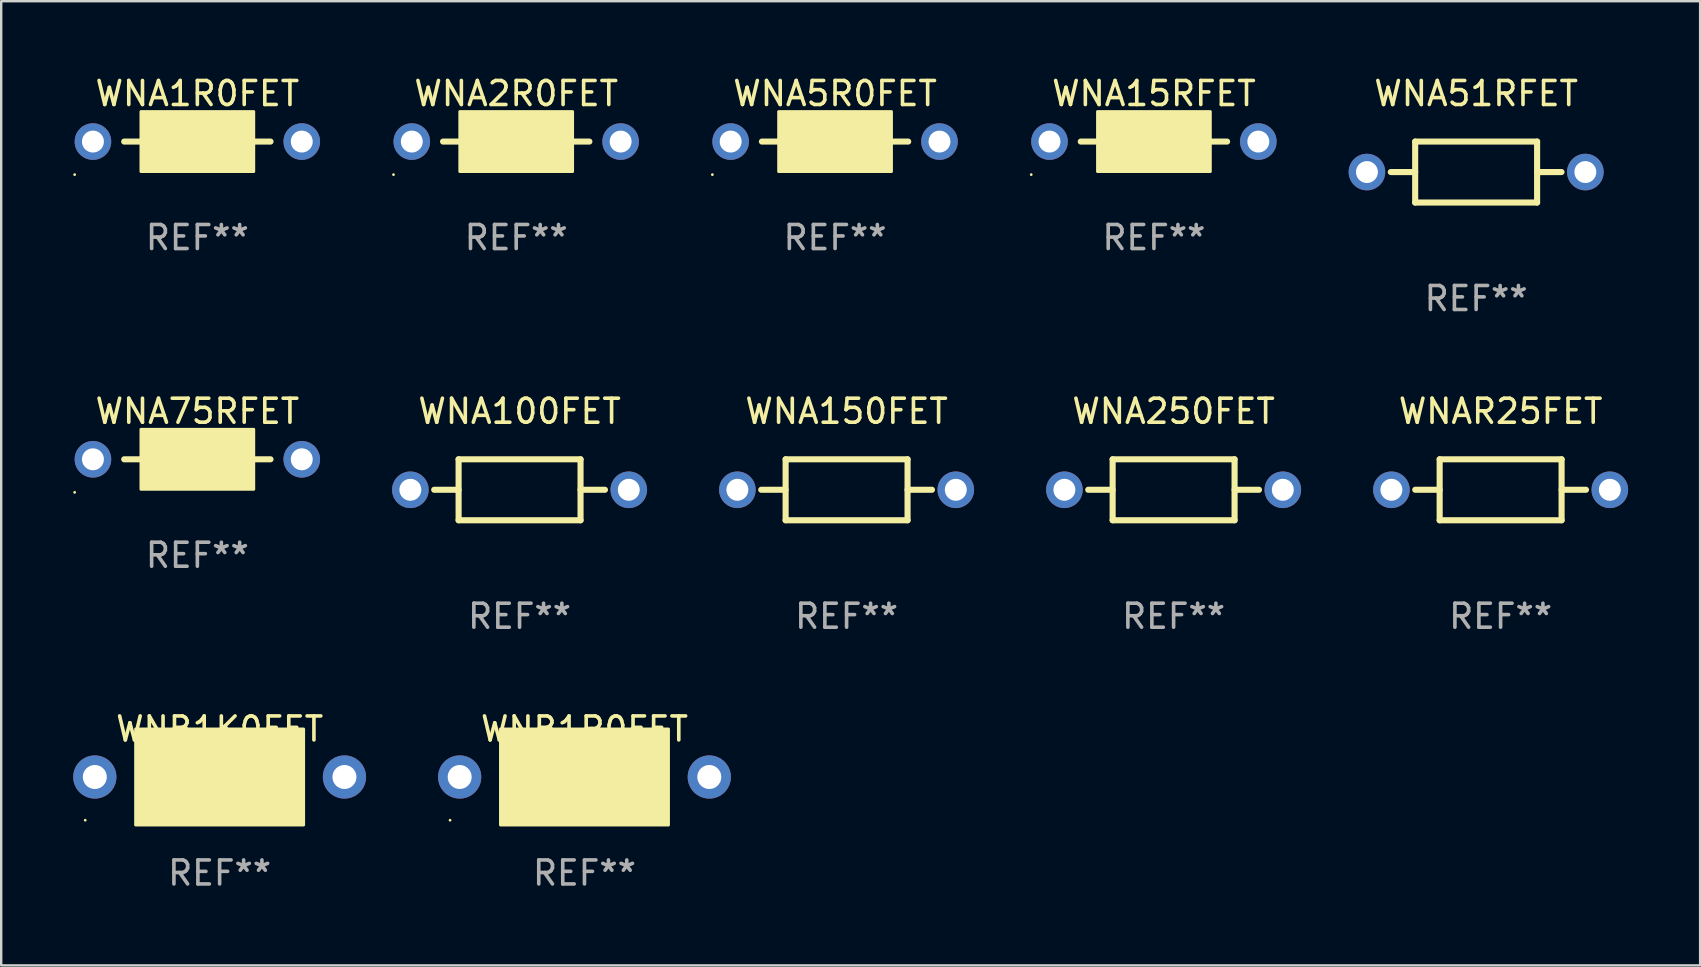
<source format=kicad_pcb>
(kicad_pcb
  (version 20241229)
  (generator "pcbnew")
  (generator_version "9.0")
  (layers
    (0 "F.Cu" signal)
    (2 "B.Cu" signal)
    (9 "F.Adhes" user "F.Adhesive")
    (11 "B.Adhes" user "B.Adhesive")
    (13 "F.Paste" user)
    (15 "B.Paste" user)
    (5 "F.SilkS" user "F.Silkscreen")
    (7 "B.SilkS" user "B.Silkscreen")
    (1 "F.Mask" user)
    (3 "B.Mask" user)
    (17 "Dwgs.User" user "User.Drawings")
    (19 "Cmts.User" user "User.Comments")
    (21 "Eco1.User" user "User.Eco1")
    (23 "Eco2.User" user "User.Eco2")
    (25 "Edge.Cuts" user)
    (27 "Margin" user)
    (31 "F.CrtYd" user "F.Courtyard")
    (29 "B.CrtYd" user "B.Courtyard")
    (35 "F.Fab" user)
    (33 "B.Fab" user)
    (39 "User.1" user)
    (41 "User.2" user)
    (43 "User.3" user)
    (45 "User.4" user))
  (footprint "WNA150FET"
    (layer "F.Cu")
    (at 32.22 17.355)
    (property "Reference" "WNA150FET" (at 0 -3.27 0) (layer "F.SilkS") (effects (font (size 1 1) (thickness 0.15))))
    (attr through_hole)
    (fp_line (start -2.54 -1.27) (end -2.54 1.27) (stroke (width 0.254) (type solid)) (layer "F.SilkS"))
    (fp_line (start -2.54 -1.27) (end 2.54 -1.27) (stroke (width 0.254) (type solid)) (layer "F.SilkS"))
    (fp_line (start -2.54 0) (end -3.557 0) (stroke (width 0.254) (type solid)) (layer "F.SilkS"))
    (fp_line (start -2.54 1.27) (end 2.54 1.27) (stroke (width 0.254) (type solid)) (layer "F.SilkS"))
    (fp_line (start 2.54 -1.27) (end 2.54 1.27) (stroke (width 0.254) (type solid)) (layer "F.SilkS"))
    (fp_line (start 2.54 0) (end 3.557 0) (stroke (width 0.254) (type solid)) (layer "F.SilkS"))
    (fp_text user "REF**" (at 0 5.27 0) (layer "F.Fab") (effects (font (size 1 1) (thickness 0.15))))
    (pad "1" thru_hole circle (at -4.55 0) (size 1.524 1.524) (drill 0.914) (layers "*.Cu" "*.Mask"))
    (pad "2" thru_hole circle (at 4.55 0) (size 1.524 1.524) (drill 0.914) (layers "*.Cu" "*.Mask")))
  (footprint "WNA75RFET"
    (layer "F.Cu")
    (at 5.172 16.085)
    (property "Reference" "WNA75RFET" (at 0 -2 0) (layer "F.SilkS") (effects (font (size 1 1) (thickness 0.15))))
    (attr through_hole)
    (fp_line (start -2.413 0) (end -3.048 0) (stroke (width 0.254) (type solid)) (layer "F.SilkS"))
    (fp_line (start 2.413 0) (end 3.048 0) (stroke (width 0.254) (type solid)) (layer "F.SilkS"))
    (fp_circle (center -5.112 1.377) (end -5.082 1.377) (stroke (width 0.06) (type solid)) (fill no) (layer "F.SilkS"))
    (fp_poly (pts (xy -2.35 -1.25) (xy 2.35 -1.25) (xy 2.35 1.25) (xy -2.35 1.25)) (stroke (width 0.12) (type solid)) (fill yes) (layer "F.SilkS"))
    (fp_text user "REF**" (at 0 4 0) (layer "F.Fab") (effects (font (size 1 1) (thickness 0.15))))
    (pad "1" thru_hole circle (at -4.35 0) (size 1.524 1.524) (drill 0.914) (layers "*.Cu" "*.Mask"))
    (pad "2" thru_hole circle (at 4.35 0) (size 1.524 1.524) (drill 0.914) (layers "*.Cu" "*.Mask")))
  (footprint "WNA100FET"
    (layer "F.Cu")
    (at 18.596 17.355)
    (property "Reference" "WNA100FET" (at 0 -3.27 0) (layer "F.SilkS") (effects (font (size 1 1) (thickness 0.15))))
    (attr through_hole)
    (fp_line (start -2.54 -1.27) (end -2.54 1.27) (stroke (width 0.254) (type solid)) (layer "F.SilkS"))
    (fp_line (start -2.54 -1.27) (end 2.54 -1.27) (stroke (width 0.254) (type solid)) (layer "F.SilkS"))
    (fp_line (start -2.54 0) (end -3.557 0) (stroke (width 0.254) (type solid)) (layer "F.SilkS"))
    (fp_line (start -2.54 1.27) (end 2.54 1.27) (stroke (width 0.254) (type solid)) (layer "F.SilkS"))
    (fp_line (start 2.54 -1.27) (end 2.54 1.27) (stroke (width 0.254) (type solid)) (layer "F.SilkS"))
    (fp_line (start 2.54 0) (end 3.557 0) (stroke (width 0.254) (type solid)) (layer "F.SilkS"))
    (fp_text user "REF**" (at 0 5.27 0) (layer "F.Fab") (effects (font (size 1 1) (thickness 0.15))))
    (pad "1" thru_hole circle (at -4.55 0) (size 1.524 1.524) (drill 0.914) (layers "*.Cu" "*.Mask"))
    (pad "2" thru_hole circle (at 4.55 0) (size 1.524 1.524) (drill 0.914) (layers "*.Cu" "*.Mask")))
  (footprint "WNAR25FET"
    (layer "F.Cu")
    (at 59.468 17.355)
    (property "Reference" "WNAR25FET" (at 0 -3.27 0) (layer "F.SilkS") (effects (font (size 1 1) (thickness 0.15))))
    (attr through_hole)
    (fp_line (start -2.54 -1.27) (end -2.54 1.27) (stroke (width 0.254) (type solid)) (layer "F.SilkS"))
    (fp_line (start -2.54 -1.27) (end 2.54 -1.27) (stroke (width 0.254) (type solid)) (layer "F.SilkS"))
    (fp_line (start -2.54 0) (end -3.557 0) (stroke (width 0.254) (type solid)) (layer "F.SilkS"))
    (fp_line (start -2.54 1.27) (end 2.54 1.27) (stroke (width 0.254) (type solid)) (layer "F.SilkS"))
    (fp_line (start 2.54 -1.27) (end 2.54 1.27) (stroke (width 0.254) (type solid)) (layer "F.SilkS"))
    (fp_line (start 2.54 0) (end 3.557 0) (stroke (width 0.254) (type solid)) (layer "F.SilkS"))
    (fp_text user "REF**" (at 0 5.27 0) (layer "F.Fab") (effects (font (size 1 1) (thickness 0.15))))
    (pad "1" thru_hole circle (at -4.55 0) (size 1.524 1.524) (drill 0.914) (layers "*.Cu" "*.Mask"))
    (pad "2" thru_hole circle (at 4.55 0) (size 1.524 1.524) (drill 0.914) (layers "*.Cu" "*.Mask")))
  (footprint "WNB1R0FET"
    (layer "F.Cu")
    (at 21.3 29.321)
    (property "Reference" "WNB1R0FET" (at 0 -2 0) (layer "F.SilkS") (effects (font (size 1 1) (thickness 0.15))))
    (attr through_hole)
    (fp_circle (center -5.6 1.8) (end -5.57 1.8) (stroke (width 0.06) (type solid)) (fill no) (layer "F.SilkS"))
    (fp_poly (pts (xy -3.5 -2) (xy 3.5 -2) (xy 3.5 2) (xy -3.5 2)) (stroke (width 0.12) (type solid)) (fill yes) (layer "F.SilkS"))
    (fp_text user "REF**" (at 0 4 0) (layer "F.Fab") (effects (font (size 1 1) (thickness 0.15))))
    (pad "1" thru_hole circle (at -5.2 0) (size 1.8 1.8) (drill 1) (layers "*.Cu" "*.Mask"))
    (pad "2" thru_hole circle (at 5.2 0) (size 1.8 1.8) (drill 1) (layers "*.Cu" "*.Mask")))
  (footprint "WNA2R0FET"
    (layer "F.Cu")
    (at 18.456 2.848)
    (property "Reference" "WNA2R0FET" (at 0 -2 0) (layer "F.SilkS") (effects (font (size 1 1) (thickness 0.15))))
    (attr through_hole)
    (fp_line (start -2.413 0) (end -3.048 0) (stroke (width 0.254) (type solid)) (layer "F.SilkS"))
    (fp_line (start 2.413 0) (end 3.048 0) (stroke (width 0.254) (type solid)) (layer "F.SilkS"))
    (fp_circle (center -5.112 1.377) (end -5.082 1.377) (stroke (width 0.06) (type solid)) (fill no) (layer "F.SilkS"))
    (fp_poly (pts (xy -2.35 -1.25) (xy 2.35 -1.25) (xy 2.35 1.25) (xy -2.35 1.25)) (stroke (width 0.12) (type solid)) (fill yes) (layer "F.SilkS"))
    (fp_text user "REF**" (at 0 4 0) (layer "F.Fab") (effects (font (size 1 1) (thickness 0.15))))
    (pad "1" thru_hole circle (at -4.35 0) (size 1.524 1.524) (drill 0.914) (layers "*.Cu" "*.Mask"))
    (pad "2" thru_hole circle (at 4.35 0) (size 1.524 1.524) (drill 0.914) (layers "*.Cu" "*.Mask")))
  (footprint "WNB1K0FET"
    (layer "F.Cu")
    (at 6.1 29.321)
    (property "Reference" "WNB1K0FET" (at 0 -2 0) (layer "F.SilkS") (effects (font (size 1 1) (thickness 0.15))))
    (attr through_hole)
    (fp_circle (center -5.6 1.8) (end -5.57 1.8) (stroke (width 0.06) (type solid)) (fill no) (layer "F.SilkS"))
    (fp_poly (pts (xy -3.5 -2) (xy 3.5 -2) (xy 3.5 2) (xy -3.5 2)) (stroke (width 0.12) (type solid)) (fill yes) (layer "F.SilkS"))
    (fp_text user "REF**" (at 0 4 0) (layer "F.Fab") (effects (font (size 1 1) (thickness 0.15))))
    (pad "1" thru_hole circle (at -5.2 0) (size 1.8 1.8) (drill 1) (layers "*.Cu" "*.Mask"))
    (pad "2" thru_hole circle (at 5.2 0) (size 1.8 1.8) (drill 1) (layers "*.Cu" "*.Mask")))
  (footprint "WNA250FET"
    (layer "F.Cu")
    (at 45.844 17.355)
    (property "Reference" "WNA250FET" (at 0 -3.27 0) (layer "F.SilkS") (effects (font (size 1 1) (thickness 0.15))))
    (attr through_hole)
    (fp_line (start -2.54 -1.27) (end -2.54 1.27) (stroke (width 0.254) (type solid)) (layer "F.SilkS"))
    (fp_line (start -2.54 -1.27) (end 2.54 -1.27) (stroke (width 0.254) (type solid)) (layer "F.SilkS"))
    (fp_line (start -2.54 0) (end -3.557 0) (stroke (width 0.254) (type solid)) (layer "F.SilkS"))
    (fp_line (start -2.54 1.27) (end 2.54 1.27) (stroke (width 0.254) (type solid)) (layer "F.SilkS"))
    (fp_line (start 2.54 -1.27) (end 2.54 1.27) (stroke (width 0.254) (type solid)) (layer "F.SilkS"))
    (fp_line (start 2.54 0) (end 3.557 0) (stroke (width 0.254) (type solid)) (layer "F.SilkS"))
    (fp_text user "REF**" (at 0 5.27 0) (layer "F.Fab") (effects (font (size 1 1) (thickness 0.15))))
    (pad "1" thru_hole circle (at -4.55 0) (size 1.524 1.524) (drill 0.914) (layers "*.Cu" "*.Mask"))
    (pad "2" thru_hole circle (at 4.55 0) (size 1.524 1.524) (drill 0.914) (layers "*.Cu" "*.Mask")))
  (footprint "WNA15RFET"
    (layer "F.Cu")
    (at 45.024 2.848)
    (property "Reference" "WNA15RFET" (at 0 -2 0) (layer "F.SilkS") (effects (font (size 1 1) (thickness 0.15))))
    (attr through_hole)
    (fp_line (start -2.413 0) (end -3.048 0) (stroke (width 0.254) (type solid)) (layer "F.SilkS"))
    (fp_line (start 2.413 0) (end 3.048 0) (stroke (width 0.254) (type solid)) (layer "F.SilkS"))
    (fp_circle (center -5.112 1.377) (end -5.082 1.377) (stroke (width 0.06) (type solid)) (fill no) (layer "F.SilkS"))
    (fp_poly (pts (xy -2.35 -1.25) (xy 2.35 -1.25) (xy 2.35 1.25) (xy -2.35 1.25)) (stroke (width 0.12) (type solid)) (fill yes) (layer "F.SilkS"))
    (fp_text user "REF**" (at 0 4 0) (layer "F.Fab") (effects (font (size 1 1) (thickness 0.15))))
    (pad "1" thru_hole circle (at -4.35 0) (size 1.524 1.524) (drill 0.914) (layers "*.Cu" "*.Mask"))
    (pad "2" thru_hole circle (at 4.35 0) (size 1.524 1.524) (drill 0.914) (layers "*.Cu" "*.Mask")))
  (footprint "WNA1R0FET"
    (layer "F.Cu")
    (at 5.172 2.848)
    (property "Reference" "WNA1R0FET" (at 0 -2 0) (layer "F.SilkS") (effects (font (size 1 1) (thickness 0.15))))
    (attr through_hole)
    (fp_line (start -2.413 0) (end -3.048 0) (stroke (width 0.254) (type solid)) (layer "F.SilkS"))
    (fp_line (start 2.413 0) (end 3.048 0) (stroke (width 0.254) (type solid)) (layer "F.SilkS"))
    (fp_circle (center -5.112 1.377) (end -5.082 1.377) (stroke (width 0.06) (type solid)) (fill no) (layer "F.SilkS"))
    (fp_poly (pts (xy -2.35 -1.25) (xy 2.35 -1.25) (xy 2.35 1.25) (xy -2.35 1.25)) (stroke (width 0.12) (type solid)) (fill yes) (layer "F.SilkS"))
    (fp_text user "REF**" (at 0 4 0) (layer "F.Fab") (effects (font (size 1 1) (thickness 0.15))))
    (pad "1" thru_hole circle (at -4.35 0) (size 1.524 1.524) (drill 0.914) (layers "*.Cu" "*.Mask"))
    (pad "2" thru_hole circle (at 4.35 0) (size 1.524 1.524) (drill 0.914) (layers "*.Cu" "*.Mask")))
  (footprint "WNA51RFET"
    (layer "F.Cu")
    (at 58.448 4.118)
    (property "Reference" "WNA51RFET" (at 0 -3.27 0) (layer "F.SilkS") (effects (font (size 1 1) (thickness 0.15))))
    (attr through_hole)
    (fp_line (start -2.54 -1.27) (end -2.54 1.27) (stroke (width 0.254) (type solid)) (layer "F.SilkS"))
    (fp_line (start -2.54 -1.27) (end 2.54 -1.27) (stroke (width 0.254) (type solid)) (layer "F.SilkS"))
    (fp_line (start -2.54 0) (end -3.557 0) (stroke (width 0.254) (type solid)) (layer "F.SilkS"))
    (fp_line (start -2.54 1.27) (end 2.54 1.27) (stroke (width 0.254) (type solid)) (layer "F.SilkS"))
    (fp_line (start 2.54 -1.27) (end 2.54 1.27) (stroke (width 0.254) (type solid)) (layer "F.SilkS"))
    (fp_line (start 2.54 0) (end 3.557 0) (stroke (width 0.254) (type solid)) (layer "F.SilkS"))
    (fp_text user "REF**" (at 0 5.27 0) (layer "F.Fab") (effects (font (size 1 1) (thickness 0.15))))
    (pad "1" thru_hole circle (at -4.55 0) (size 1.524 1.524) (drill 0.914) (layers "*.Cu" "*.Mask"))
    (pad "2" thru_hole circle (at 4.55 0) (size 1.524 1.524) (drill 0.914) (layers "*.Cu" "*.Mask")))
  (footprint "WNA5R0FET"
    (layer "F.Cu")
    (at 31.74 2.848)
    (property "Reference" "WNA5R0FET" (at 0 -2 0) (layer "F.SilkS") (effects (font (size 1 1) (thickness 0.15))))
    (attr through_hole)
    (fp_line (start -2.413 0) (end -3.048 0) (stroke (width 0.254) (type solid)) (layer "F.SilkS"))
    (fp_line (start 2.413 0) (end 3.048 0) (stroke (width 0.254) (type solid)) (layer "F.SilkS"))
    (fp_circle (center -5.112 1.377) (end -5.082 1.377) (stroke (width 0.06) (type solid)) (fill no) (layer "F.SilkS"))
    (fp_poly (pts (xy -2.35 -1.25) (xy 2.35 -1.25) (xy 2.35 1.25) (xy -2.35 1.25)) (stroke (width 0.12) (type solid)) (fill yes) (layer "F.SilkS"))
    (fp_text user "REF**" (at 0 4 0) (layer "F.Fab") (effects (font (size 1 1) (thickness 0.15))))
    (pad "1" thru_hole circle (at -4.35 0) (size 1.524 1.524) (drill 0.914) (layers "*.Cu" "*.Mask"))
    (pad "2" thru_hole circle (at 4.35 0) (size 1.524 1.524) (drill 0.914) (layers "*.Cu" "*.Mask")))
  (gr_rect
    (start -3 -3)
    (end 67.78 37.17)
    (stroke (width 0.1) (type default))
    (fill no)
    (layer "Edge.Cuts")))
</source>
